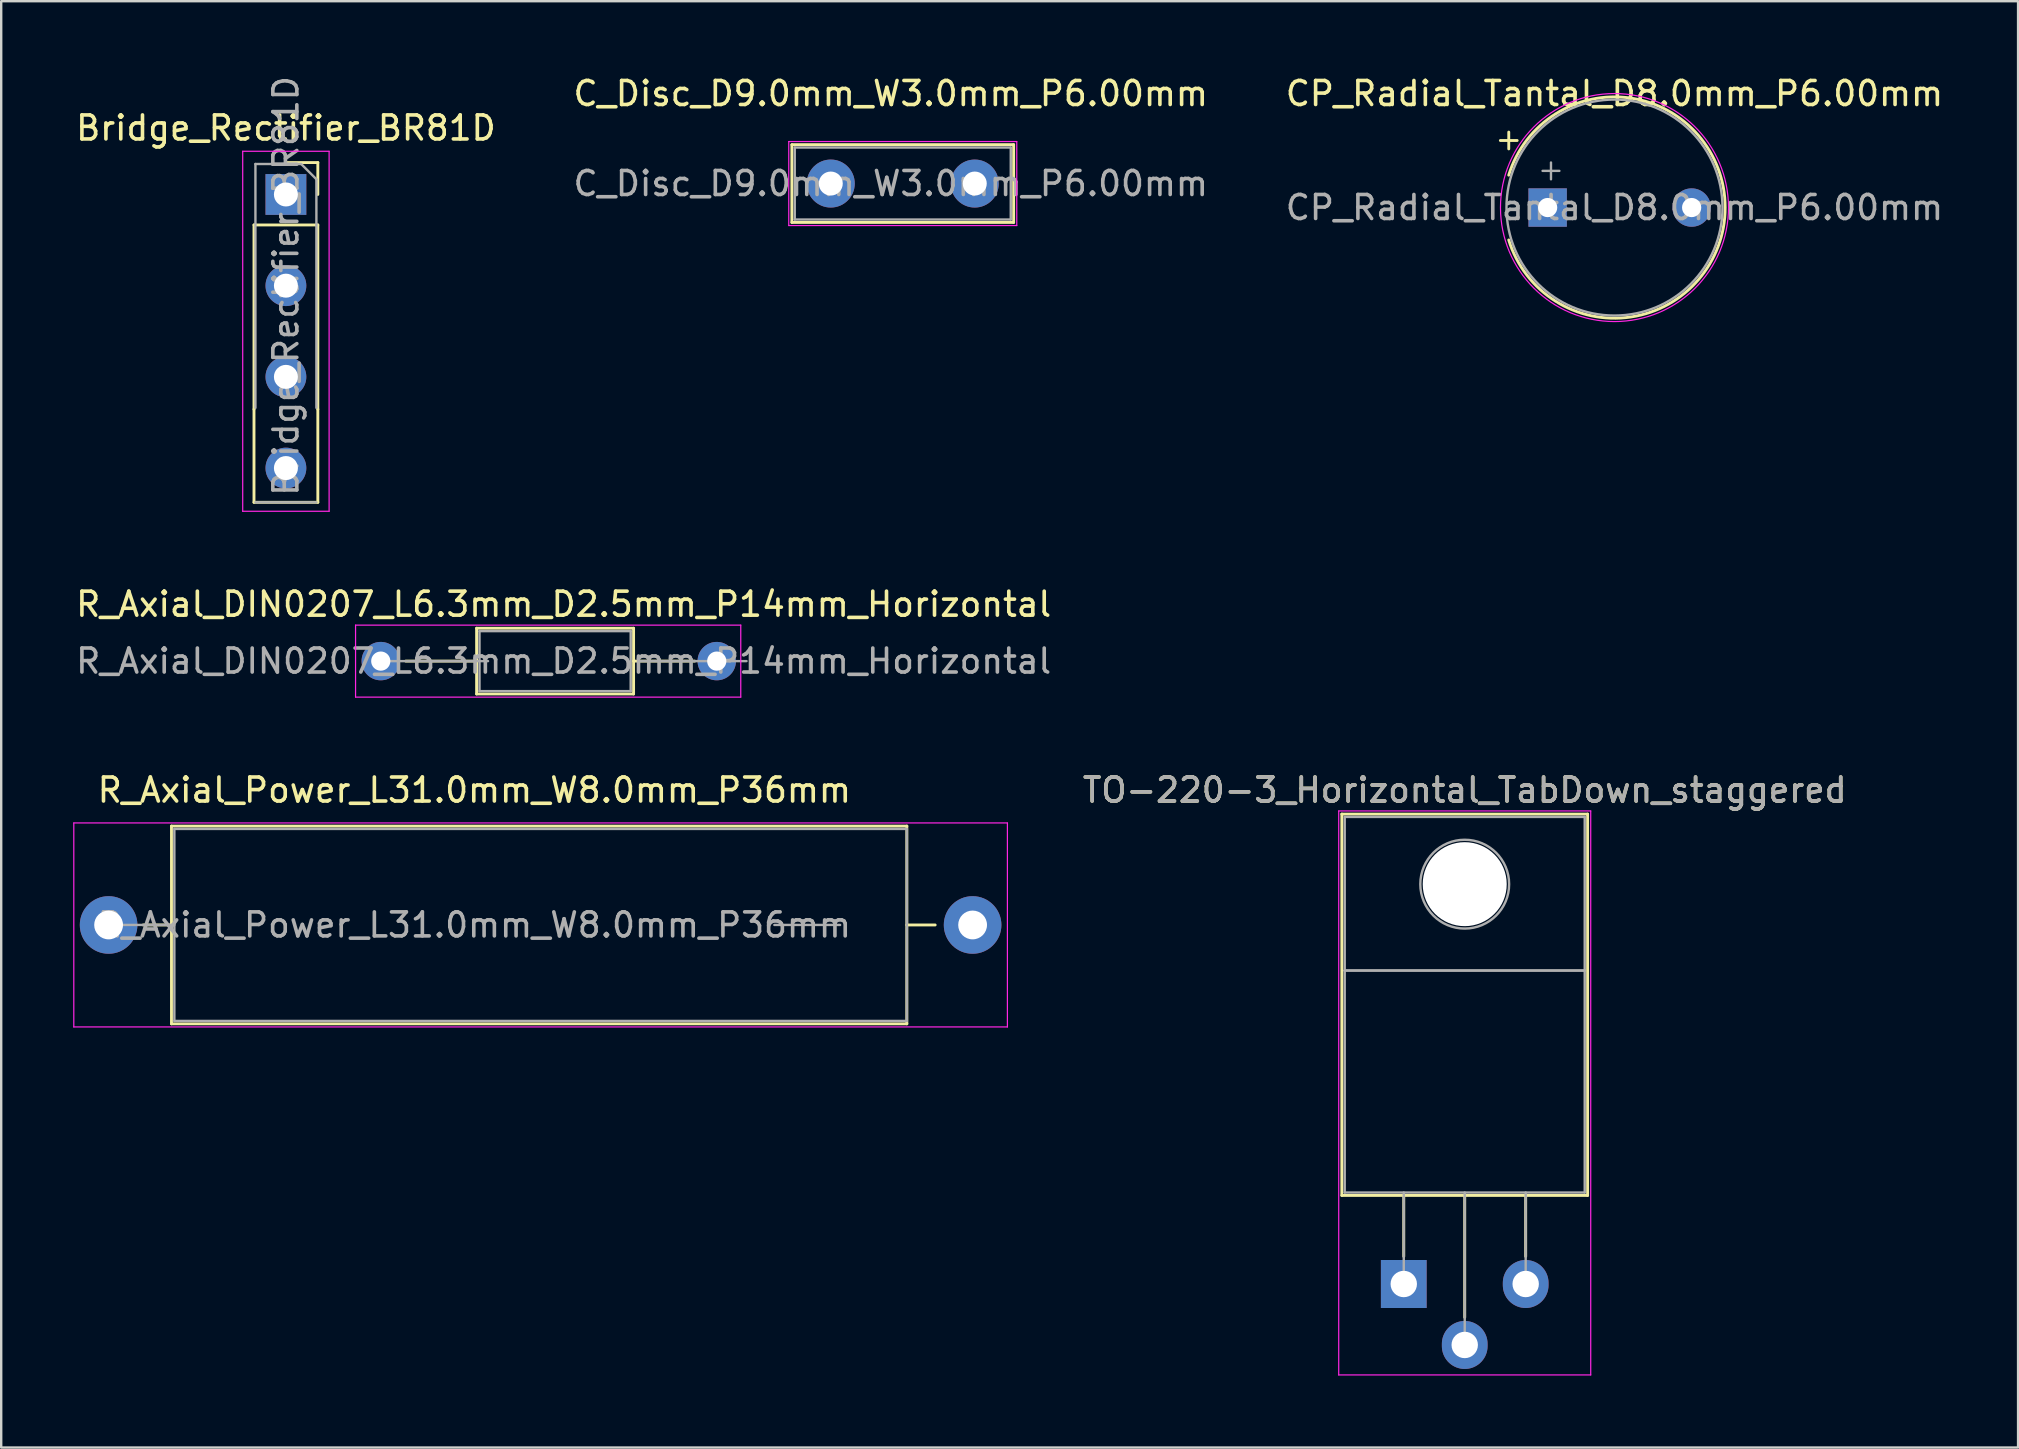
<source format=kicad_pcb>
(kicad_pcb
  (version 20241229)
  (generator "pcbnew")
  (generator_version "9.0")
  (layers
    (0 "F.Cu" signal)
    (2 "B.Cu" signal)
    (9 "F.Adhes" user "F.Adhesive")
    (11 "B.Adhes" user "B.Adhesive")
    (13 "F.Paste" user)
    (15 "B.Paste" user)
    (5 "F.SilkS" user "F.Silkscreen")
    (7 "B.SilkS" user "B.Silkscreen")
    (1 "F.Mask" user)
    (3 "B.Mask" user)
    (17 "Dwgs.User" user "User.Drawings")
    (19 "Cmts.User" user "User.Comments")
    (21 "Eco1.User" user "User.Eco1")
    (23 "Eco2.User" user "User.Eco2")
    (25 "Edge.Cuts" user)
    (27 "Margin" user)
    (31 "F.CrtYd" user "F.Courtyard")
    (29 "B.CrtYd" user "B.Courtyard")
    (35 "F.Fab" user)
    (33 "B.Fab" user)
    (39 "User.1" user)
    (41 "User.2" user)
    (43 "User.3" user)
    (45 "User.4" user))
  (footprint "R_Axial_DIN0207_L6.3mm_D2.5mm_P14mm_Horizontal"
    (layer "F.Cu")
    (at 12.815 24.496)
    (property "Reference" "R_Axial_DIN0207_L6.3mm_D2.5mm_P14mm_Horizontal" (at 7.62 -2.37 0) (layer "F.SilkS") (effects (font (size 1 1) (thickness 0.15))))
    (attr through_hole)
    (fp_line (start 1.04 0) (end 3.994 0) (stroke (width 0.12) (type solid)) (layer "F.SilkS"))
    (fp_line (start 3.994 -1.37) (end 3.994 1.37) (stroke (width 0.12) (type solid)) (layer "F.SilkS"))
    (fp_line (start 3.994 1.37) (end 10.534 1.37) (stroke (width 0.12) (type solid)) (layer "F.SilkS"))
    (fp_line (start 10.534 -1.37) (end 3.994 -1.37) (stroke (width 0.12) (type solid)) (layer "F.SilkS"))
    (fp_line (start 10.534 1.37) (end 10.534 -1.37) (stroke (width 0.12) (type solid)) (layer "F.SilkS"))
    (fp_line (start 13.081 0) (end 10.534 0) (stroke (width 0.12) (type solid)) (layer "F.SilkS"))
    (fp_line (start -1.05 -1.5) (end -1.05 1.5) (stroke (width 0.05) (type solid)) (layer "F.CrtYd"))
    (fp_line (start -1.05 1.5) (end 15 1.5) (stroke (width 0.05) (type solid)) (layer "F.CrtYd"))
    (fp_line (start 15 -1.5) (end -1.05 -1.5) (stroke (width 0.05) (type solid)) (layer "F.CrtYd"))
    (fp_line (start 15 1.5) (end 15 -1.5) (stroke (width 0.05) (type solid)) (layer "F.CrtYd"))
    (fp_line (start 0 0) (end 4.47 0) (stroke (width 0.1) (type solid)) (layer "F.Fab"))
    (fp_line (start 4.114 -1.25) (end 4.114 1.25) (stroke (width 0.1) (type solid)) (layer "F.Fab"))
    (fp_line (start 4.114 1.25) (end 10.414 1.25) (stroke (width 0.1) (type solid)) (layer "F.Fab"))
    (fp_line (start 10.414 -1.25) (end 4.114 -1.25) (stroke (width 0.1) (type solid)) (layer "F.Fab"))
    (fp_line (start 10.414 1.25) (end 10.414 -1.25) (stroke (width 0.1) (type solid)) (layer "F.Fab"))
    (fp_line (start 15.24 0) (end 10.77 0) (stroke (width 0.1) (type solid)) (layer "F.Fab"))
    (fp_text user "${REFERENCE}" (at 7.62 0 0) (layer "F.Fab") (effects (font (size 1 1) (thickness 0.15))))
    (pad "1" thru_hole circle (at 0 0) (size 1.6 1.6) (drill 0.8) (layers "*.Cu" "*.Mask"))
    (pad "2" thru_hole oval (at 14 0) (size 1.6 1.6) (drill 0.8) (layers "*.Cu" "*.Mask")))
  (footprint "TO-220-3_Horizontal_TabDown_staggered"
    (layer "F.Cu")
    (at 55.44 50.45)
    (property "Reference" "TO-220-3_Horizontal_TabDown_staggered" (at 2.54 -20.58 0) (layer "F.SilkS") (effects (font (size 1 1) (thickness 0.15))))
    (attr through_hole)
    (fp_line (start -2.58 -19.58) (end -2.58 -3.69) (stroke (width 0.12) (type solid)) (layer "F.SilkS"))
    (fp_line (start -2.58 -19.58) (end 7.66 -19.58) (stroke (width 0.12) (type solid)) (layer "F.SilkS"))
    (fp_line (start -2.58 -3.69) (end 7.66 -3.69) (stroke (width 0.12) (type solid)) (layer "F.SilkS"))
    (fp_line (start 0 -3.69) (end 0 -1.15) (stroke (width 0.12) (type solid)) (layer "F.SilkS"))
    (fp_line (start 2.54 -3.69) (end 2.54 1.39) (stroke (width 0.12) (type solid)) (layer "F.SilkS"))
    (fp_line (start 5.08 -3.69) (end 5.08 -1.15) (stroke (width 0.12) (type solid)) (layer "F.SilkS"))
    (fp_line (start 7.66 -19.58) (end 7.66 -3.69) (stroke (width 0.12) (type solid)) (layer "F.SilkS"))
    (fp_line (start -2.71 -19.71) (end -2.71 3.79) (stroke (width 0.05) (type solid)) (layer "F.CrtYd"))
    (fp_line (start -2.71 3.79) (end 7.79 3.79) (stroke (width 0.05) (type solid)) (layer "F.CrtYd"))
    (fp_line (start 7.79 -19.71) (end -2.71 -19.71) (stroke (width 0.05) (type solid)) (layer "F.CrtYd"))
    (fp_line (start 7.79 3.79) (end 7.79 -19.71) (stroke (width 0.05) (type solid)) (layer "F.CrtYd"))
    (fp_line (start -2.46 -19.46) (end 7.54 -19.46) (stroke (width 0.1) (type solid)) (layer "F.Fab"))
    (fp_line (start -2.46 -13.06) (end -2.46 -19.46) (stroke (width 0.1) (type solid)) (layer "F.Fab"))
    (fp_line (start -2.46 -13.06) (end 7.54 -13.06) (stroke (width 0.1) (type solid)) (layer "F.Fab"))
    (fp_line (start -2.46 -3.81) (end -2.46 -13.06) (stroke (width 0.1) (type solid)) (layer "F.Fab"))
    (fp_line (start 0 -3.81) (end 0 0) (stroke (width 0.1) (type solid)) (layer "F.Fab"))
    (fp_line (start 2.54 -3.81) (end 2.54 2.54) (stroke (width 0.1) (type solid)) (layer "F.Fab"))
    (fp_line (start 5.08 -3.81) (end 5.08 0) (stroke (width 0.1) (type solid)) (layer "F.Fab"))
    (fp_line (start 7.54 -19.46) (end 7.54 -13.06) (stroke (width 0.1) (type solid)) (layer "F.Fab"))
    (fp_line (start 7.54 -13.06) (end -2.46 -13.06) (stroke (width 0.1) (type solid)) (layer "F.Fab"))
    (fp_line (start 7.54 -13.06) (end 7.54 -3.81) (stroke (width 0.1) (type solid)) (layer "F.Fab"))
    (fp_line (start 7.54 -3.81) (end -2.46 -3.81) (stroke (width 0.1) (type solid)) (layer "F.Fab"))
    (fp_circle (center 2.54 -16.66) (end 4.39 -16.66) (stroke (width 0.1) (type solid)) (fill no) (layer "F.Fab"))
    (fp_text user "${REFERENCE}" (at 2.54 -20.58 0) (layer "F.Fab") (effects (font (size 1 1) (thickness 0.15))))
    (pad "" np_thru_hole oval (at 2.54 -16.66) (size 3.5 3.5) (drill 3.5) (layers "*.Cu" "*.Mask"))
    (pad "1" thru_hole rect (at 0 0) (size 1.905 2) (drill 1.1) (layers "*.Cu" "*.Mask"))
    (pad "2" thru_hole oval (at 2.54 2.54) (size 1.905 2) (drill 1.1) (layers "*.Cu" "*.Mask"))
    (pad "3" thru_hole oval (at 5.08 0) (size 1.905 2) (drill 1.1) (layers "*.Cu" "*.Mask")))
  (footprint "R_Axial_Power_L31.0mm_W8.0mm_P36mm"
    (layer "F.Cu")
    (at 1.475 35.49)
    (property "Reference" "R_Axial_Power_L31.0mm_W8.0mm_P36mm" (at 15.24 -5.62 0) (layer "F.SilkS") (effects (font (size 1 1) (thickness 0.15))))
    (attr through_hole)
    (fp_line (start 1.44 0) (end 2.62 0) (stroke (width 0.12) (type solid)) (layer "F.SilkS"))
    (fp_line (start 2.62 -4.12) (end 2.62 4.12) (stroke (width 0.12) (type solid)) (layer "F.SilkS"))
    (fp_line (start 2.62 4.12) (end 33.26 4.12) (stroke (width 0.12) (type solid)) (layer "F.SilkS"))
    (fp_line (start 33.26 -4.12) (end 2.62 -4.12) (stroke (width 0.12) (type solid)) (layer "F.SilkS"))
    (fp_line (start 33.26 4.12) (end 33.26 -4.12) (stroke (width 0.12) (type solid)) (layer "F.SilkS"))
    (fp_line (start 34.44 0) (end 33.26 0) (stroke (width 0.12) (type solid)) (layer "F.SilkS"))
    (fp_line (start -1.45 -4.25) (end -1.45 4.25) (stroke (width 0.05) (type solid)) (layer "F.CrtYd"))
    (fp_line (start -1.45 4.25) (end 37.45 4.25) (stroke (width 0.05) (type solid)) (layer "F.CrtYd"))
    (fp_line (start 37.45 -4.25) (end -1.45 -4.25) (stroke (width 0.05) (type solid)) (layer "F.CrtYd"))
    (fp_line (start 37.45 4.25) (end 37.45 -4.25) (stroke (width 0.05) (type solid)) (layer "F.CrtYd"))
    (fp_line (start 0 0) (end 2.74 0) (stroke (width 0.1) (type solid)) (layer "F.Fab"))
    (fp_line (start 2.74 -4) (end 2.74 4) (stroke (width 0.1) (type solid)) (layer "F.Fab"))
    (fp_line (start 2.74 4) (end 33.26 4) (stroke (width 0.1) (type solid)) (layer "F.Fab"))
    (fp_line (start 30.48 0) (end 27.74 0) (stroke (width 0.1) (type solid)) (layer "F.Fab"))
    (fp_line (start 33.26 -4) (end 2.74 -4) (stroke (width 0.1) (type solid)) (layer "F.Fab"))
    (fp_line (start 33.26 4) (end 33.26 -4) (stroke (width 0.1) (type solid)) (layer "F.Fab"))
    (fp_text user "${REFERENCE}" (at 15.24 0 0) (layer "F.Fab") (effects (font (size 1 1) (thickness 0.15))))
    (pad "1" thru_hole circle (at 0 0) (size 2.4 2.4) (drill 1.2) (layers "*.Cu" "*.Mask"))
    (pad "2" thru_hole oval (at 36 0) (size 2.4 2.4) (drill 1.2) (layers "*.Cu" "*.Mask")))
  (footprint "CP_Radial_Tantal_D8.0mm_P6.00mm"
    (layer "F.Cu")
    (at 61.72 5.598)
    (property "Reference" "CP_Radial_Tantal_D8.0mm_P6.00mm" (at 2.5 -4.75 0) (layer "F.SilkS") (effects (font (size 1 1) (thickness 0.15))))
    (attr through_hole)
    (fp_line (start -2.255 -2.794) (end -1.555 -2.794) (stroke (width 0.12) (type solid)) (layer "F.SilkS"))
    (fp_line (start -1.905 -3.144) (end -1.905 -2.444) (stroke (width 0.12) (type solid)) (layer "F.SilkS"))
    (fp_arc (start -1.906669 -1.35) (mid 7.112 0) (end -1.906669 1.35) (stroke (width 0.12) (type solid)) (layer "F.SilkS"))
    (fp_circle (center 2.5 0) (end 7.25 0) (stroke (width 0.05) (type solid)) (fill no) (layer "F.CrtYd"))
    (fp_line (start -0.496 -1.528) (end 0.204 -1.528) (stroke (width 0.1) (type solid)) (layer "F.Fab"))
    (fp_line (start -0.146 -1.877) (end -0.146 -1.177) (stroke (width 0.1) (type solid)) (layer "F.Fab"))
    (fp_circle (center 2.5 0) (end 7 0) (stroke (width 0.1) (type solid)) (fill no) (layer "F.Fab"))
    (fp_text user "${REFERENCE}" (at 2.5 0 0) (layer "F.Fab") (effects (font (size 1 1) (thickness 0.15))))
    (pad "1" thru_hole rect (at -0.285 0) (size 1.6 1.6) (drill 0.8) (layers "*.Cu" "*.Mask"))
    (pad "2" thru_hole circle (at 5.715 0) (size 1.6 1.6) (drill 0.8) (layers "*.Cu" "*.Mask")))
  (footprint "C_Disc_D9.0mm_W3.0mm_P6.00mm"
    (layer "F.Cu")
    (at 31.565 4.598)
    (property "Reference" "C_Disc_D9.0mm_W3.0mm_P6.00mm" (at 2.5 -3.75 0) (layer "F.SilkS") (effects (font (size 1 1) (thickness 0.15))))
    (attr through_hole)
    (fp_line (start -1.62 -1.62) (end -1.62 1.62) (stroke (width 0.12) (type solid)) (layer "F.SilkS"))
    (fp_line (start -1.62 -1.62) (end 7.62 -1.62) (stroke (width 0.12) (type solid)) (layer "F.SilkS"))
    (fp_line (start -1.62 1.62) (end 7.62 1.62) (stroke (width 0.12) (type solid)) (layer "F.SilkS"))
    (fp_line (start 7.62 -1.62) (end 7.62 1.62) (stroke (width 0.12) (type solid)) (layer "F.SilkS"))
    (fp_line (start -1.75 -1.75) (end -1.75 1.75) (stroke (width 0.05) (type solid)) (layer "F.CrtYd"))
    (fp_line (start -1.75 1.75) (end 7.75 1.75) (stroke (width 0.05) (type solid)) (layer "F.CrtYd"))
    (fp_line (start 7.75 -1.75) (end -1.75 -1.75) (stroke (width 0.05) (type solid)) (layer "F.CrtYd"))
    (fp_line (start 7.75 1.75) (end 7.75 -1.75) (stroke (width 0.05) (type solid)) (layer "F.CrtYd"))
    (fp_line (start -1.5 -1.5) (end -1.5 1.5) (stroke (width 0.1) (type solid)) (layer "F.Fab"))
    (fp_line (start -1.5 1.5) (end 7.5 1.5) (stroke (width 0.1) (type solid)) (layer "F.Fab"))
    (fp_line (start 7.5 -1.5) (end -1.5 -1.5) (stroke (width 0.1) (type solid)) (layer "F.Fab"))
    (fp_line (start 7.5 1.5) (end 7.5 -1.5) (stroke (width 0.1) (type solid)) (layer "F.Fab"))
    (fp_text user "${REFERENCE}" (at 2.5 0 0) (layer "F.Fab") (effects (font (size 1 1) (thickness 0.15))))
    (pad "1" thru_hole circle (at 0 0) (size 2 2) (drill 1) (layers "*.Cu" "*.Mask"))
    (pad "2" thru_hole circle (at 6 0) (size 2 2) (drill 1) (layers "*.Cu" "*.Mask")))
  (footprint "Bridge_Rectifier_BR81D"
    (layer "F.Cu")
    (at 8.863 5.053)
    (property "Reference" "Bridge_Rectifier_BR81D" (at 0 -2.77 0) (layer "F.SilkS") (effects (font (size 1 1) (thickness 0.15))))
    (attr through_hole)
    (fp_line (start -1.33 1.27) (end -1.33 8.95) (stroke (width 0.12) (type solid)) (layer "F.SilkS"))
    (fp_line (start -1.33 1.27) (end 1.33 1.27) (stroke (width 0.12) (type solid)) (layer "F.SilkS"))
    (fp_line (start -1.33 12.827) (end -1.33 8.95) (stroke (width 0.12) (type default)) (layer "F.SilkS"))
    (fp_line (start -1.33 12.827) (end 1.33 12.827) (stroke (width 0.12) (type solid)) (layer "F.SilkS"))
    (fp_line (start 0 -1.33) (end 1.33 -1.33) (stroke (width 0.12) (type solid)) (layer "F.SilkS"))
    (fp_line (start 1.33 -1.33) (end 1.33 0) (stroke (width 0.12) (type solid)) (layer "F.SilkS"))
    (fp_line (start 1.33 1.27) (end 1.33 8.95) (stroke (width 0.12) (type solid)) (layer "F.SilkS"))
    (fp_line (start 1.33 8.95) (end 1.33 12.827) (stroke (width 0.12) (type default)) (layer "F.SilkS"))
    (fp_line (start -1.8 -1.8) (end -1.8 13.2) (stroke (width 0.05) (type default)) (layer "F.CrtYd"))
    (fp_line (start -1.8 -1.8) (end 1.8 -1.8) (stroke (width 0.05) (type solid)) (layer "F.CrtYd"))
    (fp_line (start 1.8 -1.8) (end 1.8 13.2) (stroke (width 0.05) (type default)) (layer "F.CrtYd"))
    (fp_line (start 1.8 13.2) (end -1.8 13.2) (stroke (width 0.05) (type solid)) (layer "F.CrtYd"))
    (fp_line (start -1.27 -1.27) (end 0.635 -1.27) (stroke (width 0.1) (type solid)) (layer "F.Fab"))
    (fp_line (start -1.27 8.89) (end -1.27 -1.27) (stroke (width 0.1) (type solid)) (layer "F.Fab"))
    (fp_line (start 0.635 -1.27) (end 1.27 -0.635) (stroke (width 0.1) (type solid)) (layer "F.Fab"))
    (fp_line (start 1.27 -0.635) (end 1.27 8.89) (stroke (width 0.1) (type solid)) (layer "F.Fab"))
    (fp_line (start 1.27 12.827) (end -1.27 12.827) (stroke (width 0.1) (type solid)) (layer "F.Fab"))
    (fp_text user "${REFERENCE}" (at 0 3.81 90) (layer "F.Fab") (effects (font (size 1 1) (thickness 0.15))))
    (pad "1" thru_hole rect (at 0 0) (size 1.7 1.7) (drill 1) (layers "*.Cu" "*.Mask"))
    (pad "2" thru_hole oval (at 0 3.8) (size 1.7 1.7) (drill 1) (layers "*.Cu" "*.Mask"))
    (pad "3" thru_hole oval (at 0 7.6) (size 1.7 1.7) (drill 1) (layers "*.Cu" "*.Mask"))
    (pad "4" thru_hole oval (at 0 11.4) (size 1.7 1.7) (drill 1) (layers "*.Cu" "*.Mask")))
  (gr_rect
    (start -3 -3)
    (end 81.036 57.265)
    (stroke (width 0.1) (type default))
    (fill no)
    (layer "Edge.Cuts")))
</source>
